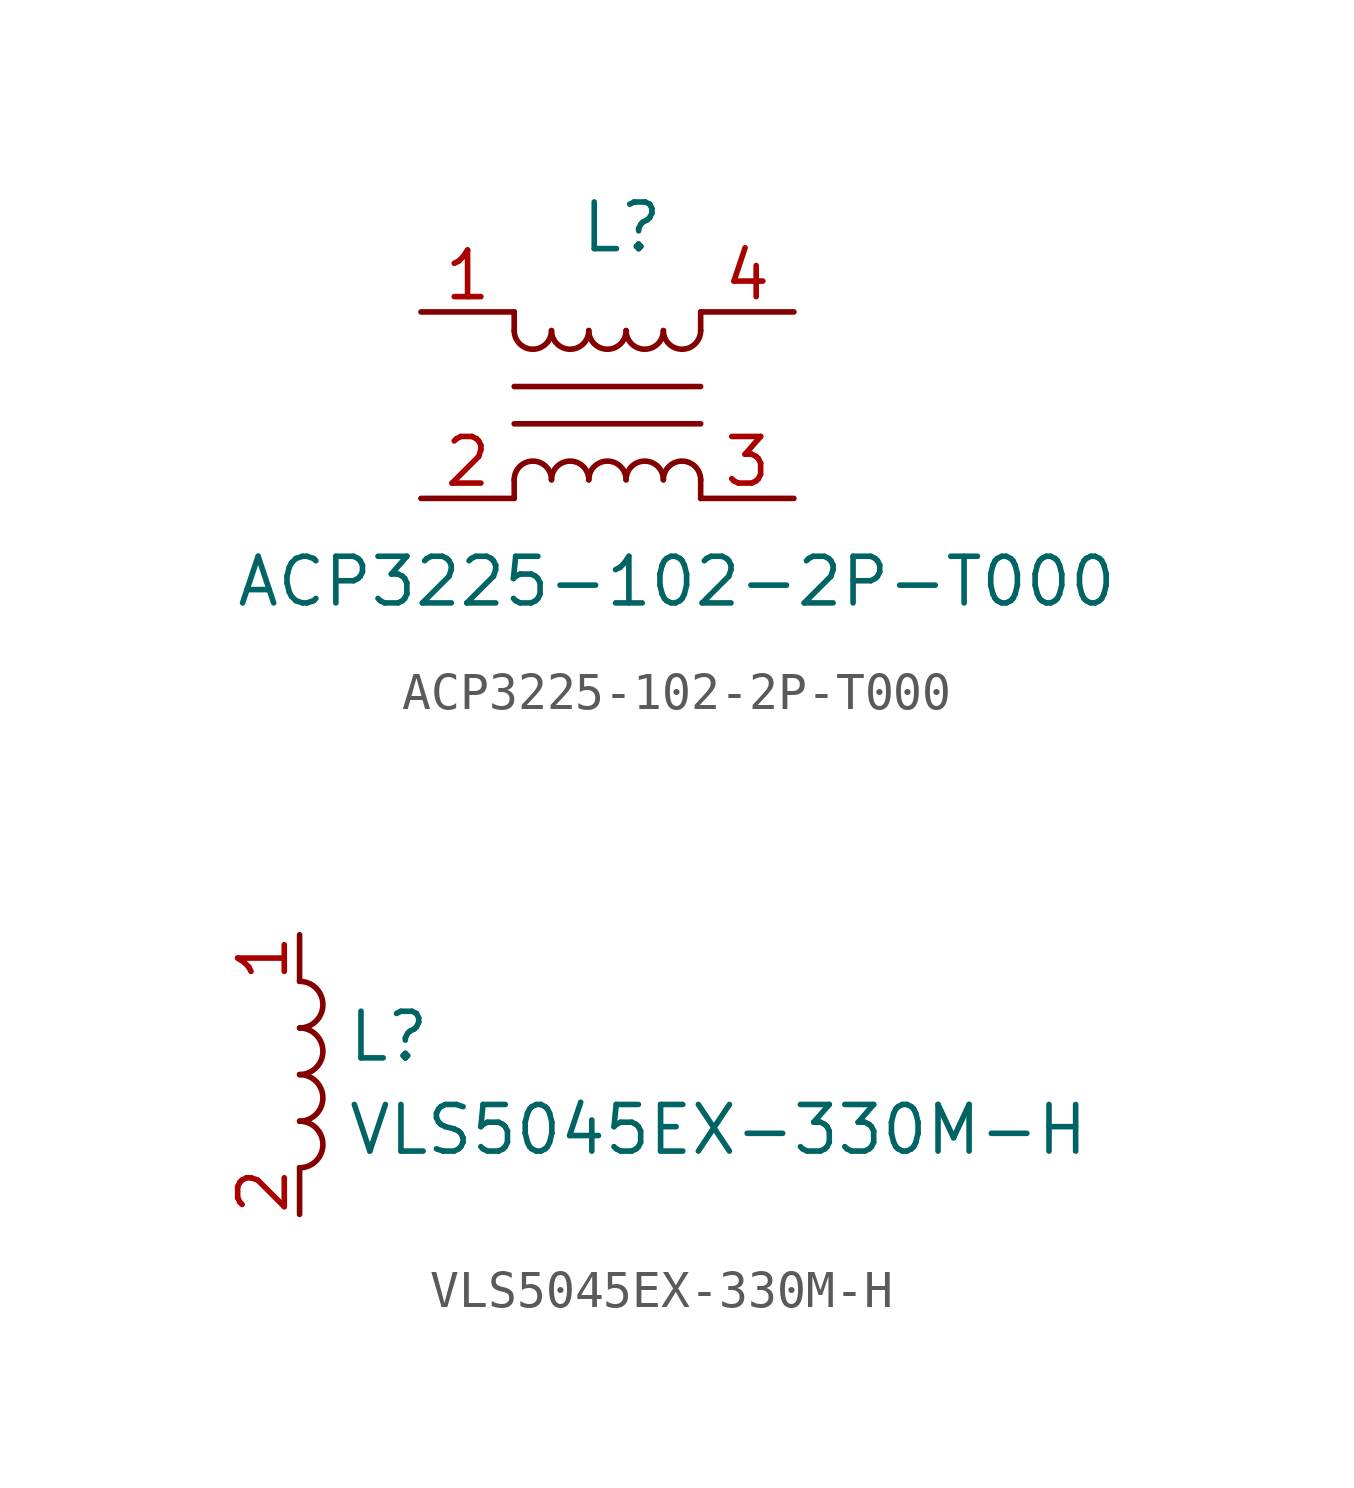
<source format=kicad_sym>
(kicad_symbol_lib
  (version 20231120)
  (generator "kicad_symbol_editor")
  (generator_version "8.0")
  (symbol "ACP3225-102-2P-T000"
    (pin_names hide)
    (property "Reference" "L"
      (at 4.318 3.048 0)
      (effects (font (size 1.27 1.27)) (justify left top)))
    (property "Value" "ACP3225-102-2P-T000"
      (at -5.08 -6.604 0)
      (effects (font (size 1.27 1.27)) (justify left top)))
    (symbol "ACP3225-102-2P-T000_0_1"
      (polyline (pts (xy 2.54 -4.572) (xy 2.54 -5.08)) (stroke (width 0) (type default)) (fill (type none)))
      (polyline (pts (xy 2.54 -2.032) (xy 7.62 -2.032)) (stroke (width 0) (type default)) (fill (type none)))
      (polyline (pts (xy 2.54 -0.508) (xy 2.54 0)) (stroke (width 0) (type default)) (fill (type none)))
      (polyline (pts (xy 7.62 -4.572) (xy 7.62 -5.08)) (stroke (width 0) (type default)) (fill (type none)))
      (polyline (pts (xy 7.62 -3.048) (xy 2.54 -3.048)) (stroke (width 0) (type default)) (fill (type none)))
      (polyline (pts (xy 7.62 0) (xy 7.62 -0.508)) (stroke (width 0) (type default)) (fill (type none)))
      (arc (start 2.54 -0.508) (mid 3.048 -1.0138) (end 3.556 -0.508) (stroke (width 0) (type default)) (fill (type none)))
      (arc (start 3.556 -4.572) (mid 3.048 -4.0662) (end 2.54 -4.572) (stroke (width 0) (type default)) (fill (type none)))
      (arc (start 3.556 -0.508) (mid 4.064 -1.0138) (end 4.572 -0.508) (stroke (width 0) (type default)) (fill (type none)))
      (arc (start 4.572 -4.572) (mid 4.064 -4.0662) (end 3.556 -4.572) (stroke (width 0) (type default)) (fill (type none)))
      (arc (start 4.572 -0.508) (mid 5.08 -1.0138) (end 5.588 -0.508) (stroke (width 0) (type default)) (fill (type none)))
      (arc (start 5.588 -4.572) (mid 5.08 -4.0662) (end 4.572 -4.572) (stroke (width 0) (type default)) (fill (type none)))
      (arc (start 5.588 -0.508) (mid 6.096 -1.0138) (end 6.604 -0.508) (stroke (width 0) (type default)) (fill (type none)))
      (arc (start 6.604 -4.572) (mid 6.096 -4.0662) (end 5.588 -4.572) (stroke (width 0) (type default)) (fill (type none)))
      (arc (start 6.604 -0.508) (mid 7.112 -1.0138) (end 7.62 -0.508) (stroke (width 0) (type default)) (fill (type none)))
      (arc (start 7.62 -4.572) (mid 7.112 -4.0662) (end 6.604 -4.572) (stroke (width 0) (type default)) (fill (type none))))
    (symbol "ACP3225-102-2P-T000_1_1"
      (pin passive line (at 0 0 0) (length 2.54) (name "1" (effects (font (size 1.27 1.27)))) (number "1" (effects (font (size 1.27 1.27)))))
      (pin passive line (at 0 -5.08 0) (length 2.54) (name "2" (effects (font (size 1.27 1.27)))) (number "2" (effects (font (size 1.27 1.27)))))
      (pin passive line (at 10.16 -5.08 180) (length 2.54) (name "3" (effects (font (size 1.27 1.27)))) (number "3" (effects (font (size 1.27 1.27)))))
      (pin passive line (at 10.16 0 180) (length 2.54) (name "4" (effects (font (size 1.27 1.27)))) (number "4" (effects (font (size 1.27 1.27)))))))
  (symbol "VLS5045EX-330M-H"
    (pin_names hide)
    (property "Reference" "L"
      (at 1.27 5.588 0)
      (effects (font (size 1.27 1.27)) (justify left top)))
    (property "Value" "VLS5045EX-330M-H"
      (at 1.27 3.048 0)
      (effects (font (size 1.27 1.27)) (justify left top)))
    (symbol "VLS5045EX-330M-H_0_1"
      (arc (start 0 1.27) (mid 0.6323 1.905) (end 0 2.54) (stroke (width 0) (type default)) (fill (type none)))
      (arc (start 0 2.54) (mid 0.6323 3.175) (end 0 3.81) (stroke (width 0) (type default)) (fill (type none)))
      (arc (start 0 3.81) (mid 0.6323 4.445) (end 0 5.08) (stroke (width 0) (type default)) (fill (type none)))
      (arc (start 0 5.08) (mid 0.6323 5.715) (end 0 6.35) (stroke (width 0) (type default)) (fill (type none))))
    (symbol "VLS5045EX-330M-H_1_1"
      (pin passive line (at 0 7.62 270) (length 1.27) (name "1" (effects (font (size 1.27 1.27)))) (number "1" (effects (font (size 1.27 1.27)))))
      (pin passive line (at 0 0 90) (length 1.27) (name "2" (effects (font (size 1.27 1.27)))) (number "2" (effects (font (size 1.27 1.27))))))))
</source>
